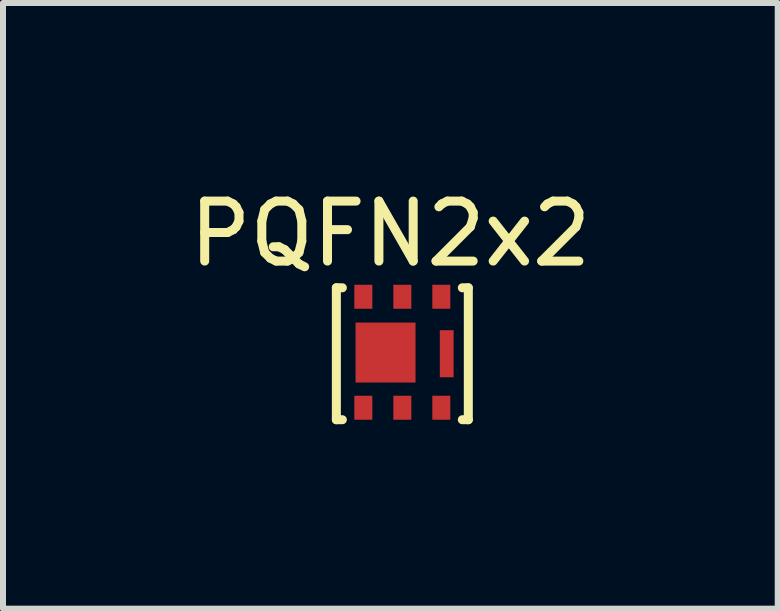
<source format=kicad_pcb>
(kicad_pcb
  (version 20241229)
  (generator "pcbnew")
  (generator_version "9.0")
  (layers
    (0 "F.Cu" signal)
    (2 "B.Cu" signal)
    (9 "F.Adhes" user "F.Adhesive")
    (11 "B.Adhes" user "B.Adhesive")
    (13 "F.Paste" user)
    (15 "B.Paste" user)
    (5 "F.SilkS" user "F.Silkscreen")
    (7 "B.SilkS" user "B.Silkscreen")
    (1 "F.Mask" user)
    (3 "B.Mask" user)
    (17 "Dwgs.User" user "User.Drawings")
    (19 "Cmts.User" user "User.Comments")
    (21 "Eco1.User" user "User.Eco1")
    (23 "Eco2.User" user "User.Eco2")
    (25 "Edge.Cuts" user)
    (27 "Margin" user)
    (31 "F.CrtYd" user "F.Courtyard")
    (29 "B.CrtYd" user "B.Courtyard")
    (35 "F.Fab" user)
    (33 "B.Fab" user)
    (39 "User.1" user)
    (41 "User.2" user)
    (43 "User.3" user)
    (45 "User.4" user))
  (footprint "PQFN2x2"
    (layer "F.Cu")
    (at 2.658 3.848)
    (property "Reference" "PQFN2x2" (at 0.8 -3 0) (layer "F.SilkS") (effects (font (size 1 1) (thickness 0.15))))
    (attr through_hole)
    (fp_line (start -0.1 -2.1) (end -0.1 0.1) (stroke (width 0.15) (type solid)) (layer "F.SilkS"))
    (fp_line (start -0.1 -2.1) (end 0 -2.1) (stroke (width 0.15) (type solid)) (layer "F.SilkS"))
    (fp_line (start -0.1 0.1) (end 0 0.1) (stroke (width 0.15) (type solid)) (layer "F.SilkS"))
    (fp_line (start 2.1 -2.1) (end 2 -2.1) (stroke (width 0.15) (type solid)) (layer "F.SilkS"))
    (fp_line (start 2.1 0.1) (end 2 0.1) (stroke (width 0.15) (type solid)) (layer "F.SilkS"))
    (fp_line (start 2.1 0.1) (end 2.1 -2.1) (stroke (width 0.15) (type solid)) (layer "F.SilkS"))
    (pad "1" smd rect (at 0.35 -1.95) (size 0.3 0.4) (layers "F.Cu" "F.Mask" "F.Paste"))
    (pad "1" smd rect (at 0.35 -0.1) (size 0.3 0.4) (layers "F.Cu" "F.Mask" "F.Paste"))
    (pad "1" smd rect (at 0.72 -1.02) (size 1 1) (layers "F.Cu" "F.Mask" "F.Paste"))
    (pad "1" smd rect (at 1 -1.95) (size 0.3 0.4) (layers "F.Cu" "F.Mask" "F.Paste"))
    (pad "1" smd rect (at 1 -0.1) (size 0.3 0.4) (layers "F.Cu" "F.Mask" "F.Paste"))
    (pad "2" smd rect (at 1.65 -0.1) (size 0.3 0.4) (layers "F.Cu" "F.Mask" "F.Paste"))
    (pad "3" smd rect (at 1.65 -1.95) (size 0.3 0.4) (layers "F.Cu" "F.Mask" "F.Paste"))
    (pad "3" smd rect (at 1.74 -1) (size 0.23 0.785) (layers "F.Cu" "F.Mask" "F.Paste")))
  (gr_rect
    (start -3 -3)
    (end 9.917 7.098)
    (stroke (width 0.1) (type default))
    (fill no)
    (layer "Edge.Cuts")))
</source>
